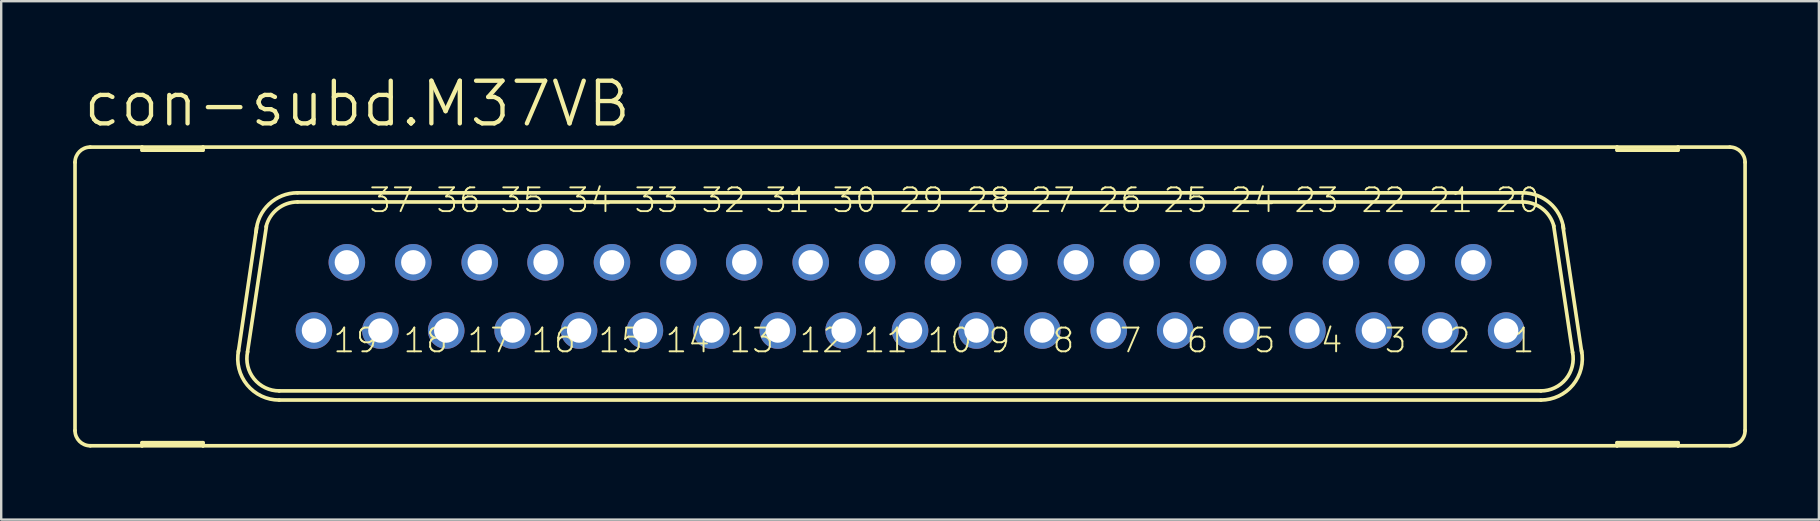
<source format=kicad_pcb>
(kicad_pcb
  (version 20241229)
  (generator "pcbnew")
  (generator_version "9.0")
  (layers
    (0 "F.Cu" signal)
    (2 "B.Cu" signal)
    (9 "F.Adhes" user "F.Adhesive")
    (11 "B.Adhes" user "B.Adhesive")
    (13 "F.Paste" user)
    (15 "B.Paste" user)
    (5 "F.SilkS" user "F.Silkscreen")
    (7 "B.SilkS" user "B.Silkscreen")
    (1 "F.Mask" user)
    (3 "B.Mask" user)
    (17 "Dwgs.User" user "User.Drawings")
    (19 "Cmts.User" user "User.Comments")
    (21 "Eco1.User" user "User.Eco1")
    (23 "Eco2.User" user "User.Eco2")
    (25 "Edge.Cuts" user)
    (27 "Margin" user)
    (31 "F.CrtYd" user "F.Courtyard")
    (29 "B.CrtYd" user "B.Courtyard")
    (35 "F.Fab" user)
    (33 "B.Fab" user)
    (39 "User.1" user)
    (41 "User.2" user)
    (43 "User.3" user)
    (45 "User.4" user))
  (footprint "con-subd.M37VB"
    (layer "F.Cu")
    (at 34.874 9.303)
    (property "Reference" "con-subd.M37VB" (at -34.544 -6.985 0) (layer "F.SilkS") (effects (font (size 1.778 1.778) (thickness 0.18)) (justify left bottom)))
    (attr through_hole)
    (fp_line (start -34.798 5.588) (end -34.798 -5.588) (stroke (width 0.152) (type default)) (layer "F.SilkS"))
    (fp_line (start -34.163 6.223) (end -32.004 6.223) (stroke (width 0.152) (type default)) (layer "F.SilkS"))
    (fp_line (start -32.004 -6.223) (end -34.163 -6.223) (stroke (width 0.152) (type default)) (layer "F.SilkS"))
    (fp_line (start -32.004 -6.096) (end -32.004 -6.223) (stroke (width 0.152) (type default)) (layer "F.SilkS"))
    (fp_line (start -32.004 6.096) (end -32.004 6.223) (stroke (width 0.152) (type default)) (layer "F.SilkS"))
    (fp_line (start -32.004 6.223) (end -29.464 6.223) (stroke (width 0.152) (type default)) (layer "F.SilkS"))
    (fp_line (start -29.464 -6.223) (end -32.004 -6.223) (stroke (width 0.152) (type default)) (layer "F.SilkS"))
    (fp_line (start -29.464 -6.223) (end -29.464 -6.096) (stroke (width 0.152) (type default)) (layer "F.SilkS"))
    (fp_line (start -29.464 -6.096) (end -32.004 -6.096) (stroke (width 0.152) (type default)) (layer "F.SilkS"))
    (fp_line (start -29.464 6.096) (end -32.004 6.096) (stroke (width 0.152) (type default)) (layer "F.SilkS"))
    (fp_line (start -29.464 6.223) (end -29.464 6.096) (stroke (width 0.152) (type default)) (layer "F.SilkS"))
    (fp_line (start -29.464 6.223) (end 29.464 6.223) (stroke (width 0.152) (type default)) (layer "F.SilkS"))
    (fp_line (start -27.991 2.311) (end -27.229 -2.87) (stroke (width 0.152) (type default)) (layer "F.SilkS"))
    (fp_line (start -27.61 2.311) (end -26.822 -2.921) (stroke (width 0.152) (type default)) (layer "F.SilkS"))
    (fp_line (start 25.527 -4.318) (end -25.527 -4.318) (stroke (width 0.152) (type default)) (layer "F.SilkS"))
    (fp_line (start 25.527 -3.937) (end -25.527 -3.937) (stroke (width 0.152) (type default)) (layer "F.SilkS"))
    (fp_line (start 26.289 3.937) (end -26.289 3.937) (stroke (width 0.152) (type default)) (layer "F.SilkS"))
    (fp_line (start 26.289 4.318) (end -26.289 4.318) (stroke (width 0.152) (type default)) (layer "F.SilkS"))
    (fp_line (start 26.822 -2.946) (end 27.61 2.337) (stroke (width 0.152) (type default)) (layer "F.SilkS"))
    (fp_line (start 27.203 -2.946) (end 27.991 2.337) (stroke (width 0.152) (type default)) (layer "F.SilkS"))
    (fp_line (start 29.464 -6.223) (end -29.464 -6.223) (stroke (width 0.152) (type default)) (layer "F.SilkS"))
    (fp_line (start 29.464 -6.096) (end 29.464 -6.223) (stroke (width 0.152) (type default)) (layer "F.SilkS"))
    (fp_line (start 29.464 6.096) (end 29.464 6.223) (stroke (width 0.152) (type default)) (layer "F.SilkS"))
    (fp_line (start 29.464 6.223) (end 32.004 6.223) (stroke (width 0.152) (type default)) (layer "F.SilkS"))
    (fp_line (start 32.004 -6.223) (end 29.464 -6.223) (stroke (width 0.152) (type default)) (layer "F.SilkS"))
    (fp_line (start 32.004 -6.223) (end 32.004 -6.096) (stroke (width 0.152) (type default)) (layer "F.SilkS"))
    (fp_line (start 32.004 -6.096) (end 29.464 -6.096) (stroke (width 0.152) (type default)) (layer "F.SilkS"))
    (fp_line (start 32.004 6.096) (end 29.464 6.096) (stroke (width 0.152) (type default)) (layer "F.SilkS"))
    (fp_line (start 32.004 6.223) (end 32.004 6.096) (stroke (width 0.152) (type default)) (layer "F.SilkS"))
    (fp_line (start 32.004 6.223) (end 34.163 6.223) (stroke (width 0.152) (type default)) (layer "F.SilkS"))
    (fp_line (start 34.163 -6.223) (end 32.004 -6.223) (stroke (width 0.152) (type default)) (layer "F.SilkS"))
    (fp_line (start 34.798 5.588) (end 34.798 -5.588) (stroke (width 0.152) (type default)) (layer "F.SilkS"))
    (fp_arc (start -34.798 -5.588) (mid -34.612013 -6.037013) (end -34.163 -6.223) (stroke (width 0.1524) (type default)) (layer "F.SilkS"))
    (fp_arc (start -34.163 6.223) (mid -34.612013 6.037013) (end -34.798 5.588) (stroke (width 0.1524) (type default)) (layer "F.SilkS"))
    (fp_arc (start -27.2513 -2.6849) (mid -26.714366 -3.844828) (end -25.527 -4.318) (stroke (width 0.1524) (type default)) (layer "F.SilkS"))
    (fp_arc (start -26.8357 -2.905) (mid -26.360256 -3.647874) (end -25.527 -3.937) (stroke (width 0.1524) (type default)) (layer "F.SilkS"))
    (fp_arc (start -26.289 3.937) (mid -27.337556 3.435184) (end -27.6045 2.3038) (stroke (width 0.1524) (type default)) (layer "F.SilkS"))
    (fp_arc (start -26.289 4.318) (mid -27.624812 3.685867) (end -27.983 2.2521) (stroke (width 0.1524) (type default)) (layer "F.SilkS"))
    (fp_arc (start 25.527 -4.318) (mid 26.664711 -3.890312) (end 27.239 -2.8191) (stroke (width 0.1524) (type default)) (layer "F.SilkS"))
    (fp_arc (start 25.527 -3.937) (mid 26.3505 -3.655746) (end 26.8299 -2.9295) (stroke (width 0.1524) (type default)) (layer "F.SilkS"))
    (fp_arc (start 27.6091 2.3268) (mid 27.330082 3.444284) (end 26.289 3.937) (stroke (width 0.1524) (type default)) (layer "F.SilkS"))
    (fp_arc (start 27.9827 2.2521) (mid 27.624717 3.685841) (end 26.289 4.318) (stroke (width 0.1524) (type default)) (layer "F.SilkS"))
    (fp_arc (start 34.163 -6.223) (mid 34.612013 -6.037013) (end 34.798 -5.588) (stroke (width 0.1524) (type default)) (layer "F.SilkS"))
    (fp_arc (start 34.798 5.588) (mid 34.612013 6.037013) (end 34.163 6.223) (stroke (width 0.1524) (type default)) (layer "F.SilkS"))
    (fp_circle (center -24.841 1.422) (end -24.587 1.422) (stroke (width 0.406) (type default)) (fill no) (layer "F.Fab"))
    (fp_circle (center -23.47 -1.422) (end -23.216 -1.422) (stroke (width 0.406) (type default)) (fill no) (layer "F.Fab"))
    (fp_circle (center -22.073 1.422) (end -21.819 1.422) (stroke (width 0.406) (type default)) (fill no) (layer "F.Fab"))
    (fp_circle (center -20.701 -1.422) (end -20.447 -1.422) (stroke (width 0.406) (type default)) (fill no) (layer "F.Fab"))
    (fp_circle (center -19.329 1.422) (end -19.075 1.422) (stroke (width 0.406) (type default)) (fill no) (layer "F.Fab"))
    (fp_circle (center -17.932 -1.422) (end -17.678 -1.422) (stroke (width 0.406) (type default)) (fill no) (layer "F.Fab"))
    (fp_circle (center -16.561 1.422) (end -16.307 1.422) (stroke (width 0.406) (type default)) (fill no) (layer "F.Fab"))
    (fp_circle (center -15.189 -1.422) (end -14.935 -1.422) (stroke (width 0.406) (type default)) (fill no) (layer "F.Fab"))
    (fp_circle (center -13.792 1.422) (end -13.538 1.422) (stroke (width 0.406) (type default)) (fill no) (layer "F.Fab"))
    (fp_circle (center -12.421 -1.422) (end -12.167 -1.422) (stroke (width 0.406) (type default)) (fill no) (layer "F.Fab"))
    (fp_circle (center -11.049 1.422) (end -10.795 1.422) (stroke (width 0.406) (type default)) (fill no) (layer "F.Fab"))
    (fp_circle (center -9.652 -1.422) (end -9.398 -1.422) (stroke (width 0.406) (type default)) (fill no) (layer "F.Fab"))
    (fp_circle (center -8.28 1.422) (end -8.026 1.422) (stroke (width 0.406) (type default)) (fill no) (layer "F.Fab"))
    (fp_circle (center -6.909 -1.422) (end -6.655 -1.422) (stroke (width 0.406) (type default)) (fill no) (layer "F.Fab"))
    (fp_circle (center -5.512 1.422) (end -5.258 1.422) (stroke (width 0.406) (type default)) (fill no) (layer "F.Fab"))
    (fp_circle (center -4.14 -1.422) (end -3.886 -1.422) (stroke (width 0.406) (type default)) (fill no) (layer "F.Fab"))
    (fp_circle (center -2.769 1.422) (end -2.515 1.422) (stroke (width 0.406) (type default)) (fill no) (layer "F.Fab"))
    (fp_circle (center -1.372 -1.422) (end -1.118 -1.422) (stroke (width 0.406) (type default)) (fill no) (layer "F.Fab"))
    (fp_circle (center 0 1.422) (end 0.254 1.422) (stroke (width 0.406) (type default)) (fill no) (layer "F.Fab"))
    (fp_circle (center 1.372 -1.422) (end 1.626 -1.422) (stroke (width 0.406) (type default)) (fill no) (layer "F.Fab"))
    (fp_circle (center 2.769 1.422) (end 3.023 1.422) (stroke (width 0.406) (type default)) (fill no) (layer "F.Fab"))
    (fp_circle (center 4.14 -1.422) (end 4.394 -1.422) (stroke (width 0.406) (type default)) (fill no) (layer "F.Fab"))
    (fp_circle (center 5.512 1.422) (end 5.766 1.422) (stroke (width 0.406) (type default)) (fill no) (layer "F.Fab"))
    (fp_circle (center 6.909 -1.422) (end 7.163 -1.422) (stroke (width 0.406) (type default)) (fill no) (layer "F.Fab"))
    (fp_circle (center 8.28 1.422) (end 8.534 1.422) (stroke (width 0.406) (type default)) (fill no) (layer "F.Fab"))
    (fp_circle (center 9.652 -1.422) (end 9.906 -1.422) (stroke (width 0.406) (type default)) (fill no) (layer "F.Fab"))
    (fp_circle (center 11.049 1.422) (end 11.303 1.422) (stroke (width 0.406) (type default)) (fill no) (layer "F.Fab"))
    (fp_circle (center 12.421 -1.422) (end 12.675 -1.422) (stroke (width 0.406) (type default)) (fill no) (layer "F.Fab"))
    (fp_circle (center 13.792 1.422) (end 14.046 1.422) (stroke (width 0.406) (type default)) (fill no) (layer "F.Fab"))
    (fp_circle (center 15.189 -1.422) (end 15.443 -1.422) (stroke (width 0.406) (type default)) (fill no) (layer "F.Fab"))
    (fp_circle (center 16.561 1.422) (end 16.815 1.422) (stroke (width 0.406) (type default)) (fill no) (layer "F.Fab"))
    (fp_circle (center 17.932 -1.422) (end 18.186 -1.422) (stroke (width 0.406) (type default)) (fill no) (layer "F.Fab"))
    (fp_circle (center 19.329 1.422) (end 19.583 1.422) (stroke (width 0.406) (type default)) (fill no) (layer "F.Fab"))
    (fp_circle (center 20.701 -1.422) (end 20.955 -1.422) (stroke (width 0.406) (type default)) (fill no) (layer "F.Fab"))
    (fp_circle (center 22.073 1.422) (end 22.327 1.422) (stroke (width 0.406) (type default)) (fill no) (layer "F.Fab"))
    (fp_circle (center 23.47 -1.422) (end 23.724 -1.422) (stroke (width 0.406) (type default)) (fill no) (layer "F.Fab"))
    (fp_circle (center 24.841 1.422) (end 25.095 1.422) (stroke (width 0.406) (type default)) (fill no) (layer "F.Fab"))
    (fp_text user "26" (at 7.747 -3.429 180) (layer "F.SilkS") (effects (font (size 0.991 0.991) (thickness 0.08)) (justify left bottom)))
    (fp_text user "29" (at -0.508 -3.429 180) (layer "F.SilkS") (effects (font (size 0.991 0.991) (thickness 0.08)) (justify left bottom)))
    (fp_text user "32" (at -8.763 -3.429 180) (layer "F.SilkS") (effects (font (size 0.991 0.991) (thickness 0.08)) (justify left bottom)))
    (fp_text user "24" (at 13.284 -3.429 180) (layer "F.SilkS") (effects (font (size 0.991 0.991) (thickness 0.08)) (justify left bottom)))
    (fp_text user "16" (at -15.85 2.413 180) (layer "F.SilkS") (effects (font (size 0.991 0.991) (thickness 0.08)) (justify left bottom)))
    (fp_text user "5" (at 14.249 2.413 180) (layer "F.SilkS") (effects (font (size 0.991 0.991) (thickness 0.08)) (justify left bottom)))
    (fp_text user "6" (at 11.455 2.413 180) (layer "F.SilkS") (effects (font (size 0.991 0.991) (thickness 0.08)) (justify left bottom)))
    (fp_text user "10" (at 0.66 2.413 180) (layer "F.SilkS") (effects (font (size 0.991 0.991) (thickness 0.08)) (justify left bottom)))
    (fp_text user "27" (at 4.953 -3.429 180) (layer "F.SilkS") (effects (font (size 0.991 0.991) (thickness 0.08)) (justify left bottom)))
    (fp_text user "17" (at -18.517 2.413 180) (layer "F.SilkS") (effects (font (size 0.991 0.991) (thickness 0.08)) (justify left bottom)))
    (fp_text user "12" (at -4.674 2.413 180) (layer "F.SilkS") (effects (font (size 0.991 0.991) (thickness 0.08)) (justify left bottom)))
    (fp_text user "22" (at 18.745 -3.429 180) (layer "F.SilkS") (effects (font (size 0.991 0.991) (thickness 0.08)) (justify left bottom)))
    (fp_text user "21" (at 21.539 -3.429 180) (layer "F.SilkS") (effects (font (size 0.991 0.991) (thickness 0.08)) (justify left bottom)))
    (fp_text user "13" (at -7.595 2.413 180) (layer "F.SilkS") (effects (font (size 0.991 0.991) (thickness 0.08)) (justify left bottom)))
    (fp_text user "9" (at 3.2 2.413 180) (layer "F.SilkS") (effects (font (size 0.991 0.991) (thickness 0.08)) (justify left bottom)))
    (fp_text user "30" (at -3.302 -3.429 180) (layer "F.SilkS") (effects (font (size 0.991 0.991) (thickness 0.08)) (justify left bottom)))
    (fp_text user "28" (at 2.286 -3.429 180) (layer "F.SilkS") (effects (font (size 0.991 0.991) (thickness 0.08)) (justify left bottom)))
    (fp_text user "8" (at 5.867 2.413 180) (layer "F.SilkS") (effects (font (size 0.991 0.991) (thickness 0.08)) (justify left bottom)))
    (fp_text user "33" (at -11.557 -3.429 180) (layer "F.SilkS") (effects (font (size 0.991 0.991) (thickness 0.08)) (justify left bottom)))
    (fp_text user "11" (at -2.007 2.413 180) (layer "F.SilkS") (effects (font (size 0.991 0.991) (thickness 0.08)) (justify left bottom)))
    (fp_text user "35" (at -17.145 -3.429 180) (layer "F.SilkS") (effects (font (size 0.991 0.991) (thickness 0.08)) (justify left bottom)))
    (fp_text user "1" (at 25.044 2.413 180) (layer "F.SilkS") (effects (font (size 0.991 0.991) (thickness 0.08)) (justify left bottom)))
    (fp_text user "36" (at -19.812 -3.429 180) (layer "F.SilkS") (effects (font (size 0.991 0.991) (thickness 0.08)) (justify left bottom)))
    (fp_text user "14" (at -10.262 2.413 180) (layer "F.SilkS") (effects (font (size 0.991 0.991) (thickness 0.08)) (justify left bottom)))
    (fp_text user "31" (at -6.096 -3.429 180) (layer "F.SilkS") (effects (font (size 0.991 0.991) (thickness 0.08)) (justify left bottom)))
    (fp_text user "20" (at 24.333 -3.429 180) (layer "F.SilkS") (effects (font (size 0.991 0.991) (thickness 0.08)) (justify left bottom)))
    (fp_text user "15" (at -13.056 2.413 180) (layer "F.SilkS") (effects (font (size 0.991 0.991) (thickness 0.08)) (justify left bottom)))
    (fp_text user "2" (at 22.377 2.413 180) (layer "F.SilkS") (effects (font (size 0.991 0.991) (thickness 0.08)) (justify left bottom)))
    (fp_text user "4" (at 17.043 2.413 180) (layer "F.SilkS") (effects (font (size 0.991 0.991) (thickness 0.08)) (justify left bottom)))
    (fp_text user "34" (at -14.351 -3.429 180) (layer "F.SilkS") (effects (font (size 0.991 0.991) (thickness 0.08)) (justify left bottom)))
    (fp_text user "19" (at -24.105 2.413 180) (layer "F.SilkS") (effects (font (size 0.991 0.991) (thickness 0.08)) (justify left bottom)))
    (fp_text user "23" (at 15.951 -3.429 180) (layer "F.SilkS") (effects (font (size 0.991 0.991) (thickness 0.08)) (justify left bottom)))
    (fp_text user "37" (at -22.606 -3.429 180) (layer "F.SilkS") (effects (font (size 0.991 0.991) (thickness 0.08)) (justify left bottom)))
    (fp_text user "18" (at -21.184 2.413 180) (layer "F.SilkS") (effects (font (size 0.991 0.991) (thickness 0.08)) (justify left bottom)))
    (fp_text user "3" (at 19.71 2.413 180) (layer "F.SilkS") (effects (font (size 0.991 0.991) (thickness 0.08)) (justify left bottom)))
    (fp_text user "7" (at 8.661 2.413 180) (layer "F.SilkS") (effects (font (size 0.991 0.991) (thickness 0.08)) (justify left bottom)))
    (fp_text user "25" (at 10.49 -3.429 180) (layer "F.SilkS") (effects (font (size 0.991 0.991) (thickness 0.08)) (justify left bottom)))
    (pad "1" thru_hole circle (at 24.841 1.422) (size 1.524 1.524) (drill 1.016) (layers "*.Cu" "*.Mask"))
    (pad "2" thru_hole circle (at 22.098 1.422) (size 1.524 1.524) (drill 1.016) (layers "*.Cu" "*.Mask"))
    (pad "3" thru_hole circle (at 19.329 1.422) (size 1.524 1.524) (drill 1.016) (layers "*.Cu" "*.Mask"))
    (pad "4" thru_hole circle (at 16.561 1.422) (size 1.524 1.524) (drill 1.016) (layers "*.Cu" "*.Mask"))
    (pad "5" thru_hole circle (at 13.818 1.422) (size 1.524 1.524) (drill 1.016) (layers "*.Cu" "*.Mask"))
    (pad "6" thru_hole circle (at 11.049 1.422) (size 1.524 1.524) (drill 1.016) (layers "*.Cu" "*.Mask"))
    (pad "7" thru_hole circle (at 8.28 1.422) (size 1.524 1.524) (drill 1.016) (layers "*.Cu" "*.Mask"))
    (pad "8" thru_hole circle (at 5.512 1.422) (size 1.524 1.524) (drill 1.016) (layers "*.Cu" "*.Mask"))
    (pad "9" thru_hole circle (at 2.769 1.422) (size 1.524 1.524) (drill 1.016) (layers "*.Cu" "*.Mask"))
    (pad "10" thru_hole circle (at 0 1.422) (size 1.524 1.524) (drill 1.016) (layers "*.Cu" "*.Mask"))
    (pad "11" thru_hole circle (at -2.769 1.422) (size 1.524 1.524) (drill 1.016) (layers "*.Cu" "*.Mask"))
    (pad "12" thru_hole circle (at -5.512 1.422) (size 1.524 1.524) (drill 1.016) (layers "*.Cu" "*.Mask"))
    (pad "13" thru_hole circle (at -8.28 1.422) (size 1.524 1.524) (drill 1.016) (layers "*.Cu" "*.Mask"))
    (pad "14" thru_hole circle (at -11.049 1.422) (size 1.524 1.524) (drill 1.016) (layers "*.Cu" "*.Mask"))
    (pad "15" thru_hole circle (at -13.792 1.422) (size 1.524 1.524) (drill 1.016) (layers "*.Cu" "*.Mask"))
    (pad "16" thru_hole circle (at -16.561 1.422) (size 1.524 1.524) (drill 1.016) (layers "*.Cu" "*.Mask"))
    (pad "17" thru_hole circle (at -19.329 1.422) (size 1.524 1.524) (drill 1.016) (layers "*.Cu" "*.Mask"))
    (pad "18" thru_hole circle (at -22.073 1.422) (size 1.524 1.524) (drill 1.016) (layers "*.Cu" "*.Mask"))
    (pad "19" thru_hole circle (at -24.841 1.422) (size 1.524 1.524) (drill 1.016) (layers "*.Cu" "*.Mask"))
    (pad "20" thru_hole circle (at 23.47 -1.422) (size 1.524 1.524) (drill 1.016) (layers "*.Cu" "*.Mask"))
    (pad "21" thru_hole circle (at 20.701 -1.422) (size 1.524 1.524) (drill 1.016) (layers "*.Cu" "*.Mask"))
    (pad "22" thru_hole circle (at 17.958 -1.422) (size 1.524 1.524) (drill 1.016) (layers "*.Cu" "*.Mask"))
    (pad "23" thru_hole circle (at 15.189 -1.422) (size 1.524 1.524) (drill 1.016) (layers "*.Cu" "*.Mask"))
    (pad "24" thru_hole circle (at 12.421 -1.422) (size 1.524 1.524) (drill 1.016) (layers "*.Cu" "*.Mask"))
    (pad "25" thru_hole circle (at 9.652 -1.422) (size 1.524 1.524) (drill 1.016) (layers "*.Cu" "*.Mask"))
    (pad "26" thru_hole circle (at 6.909 -1.422) (size 1.524 1.524) (drill 1.016) (layers "*.Cu" "*.Mask"))
    (pad "27" thru_hole circle (at 4.14 -1.422) (size 1.524 1.524) (drill 1.016) (layers "*.Cu" "*.Mask"))
    (pad "28" thru_hole circle (at 1.372 -1.422) (size 1.524 1.524) (drill 1.016) (layers "*.Cu" "*.Mask"))
    (pad "29" thru_hole circle (at -1.372 -1.422) (size 1.524 1.524) (drill 1.016) (layers "*.Cu" "*.Mask"))
    (pad "30" thru_hole circle (at -4.14 -1.422) (size 1.524 1.524) (drill 1.016) (layers "*.Cu" "*.Mask"))
    (pad "31" thru_hole circle (at -6.909 -1.422) (size 1.524 1.524) (drill 1.016) (layers "*.Cu" "*.Mask"))
    (pad "32" thru_hole circle (at -9.652 -1.422) (size 1.524 1.524) (drill 1.016) (layers "*.Cu" "*.Mask"))
    (pad "33" thru_hole circle (at -12.421 -1.422) (size 1.524 1.524) (drill 1.016) (layers "*.Cu" "*.Mask"))
    (pad "34" thru_hole circle (at -15.189 -1.422) (size 1.524 1.524) (drill 1.016) (layers "*.Cu" "*.Mask"))
    (pad "35" thru_hole circle (at -17.932 -1.422) (size 1.524 1.524) (drill 1.016) (layers "*.Cu" "*.Mask"))
    (pad "36" thru_hole circle (at -20.701 -1.422) (size 1.524 1.524) (drill 1.016) (layers "*.Cu" "*.Mask"))
    (pad "37" thru_hole circle (at -23.47 -1.422) (size 1.524 1.524) (drill 1.016) (layers "*.Cu" "*.Mask")))
  (gr_rect
    (start -3 -3)
    (end 72.748 18.602)
    (stroke (width 0.1) (type default))
    (fill no)
    (layer "Edge.Cuts")))
</source>
